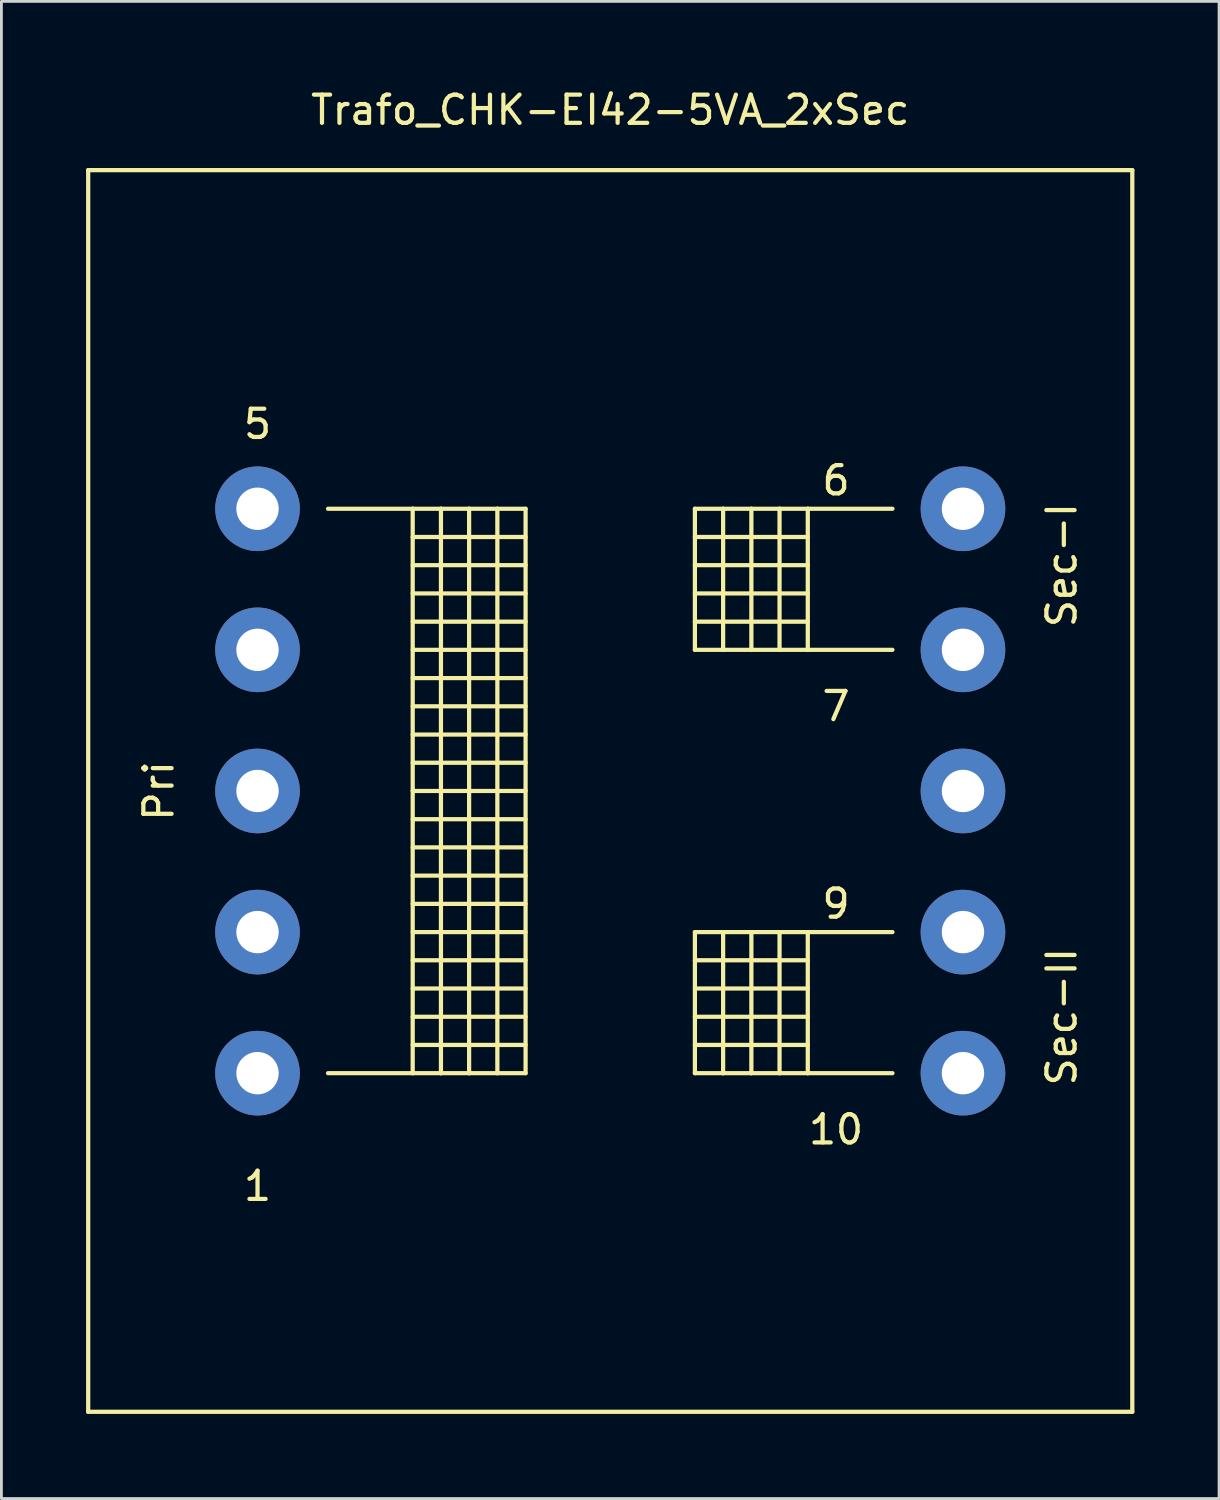
<source format=kicad_pcb>
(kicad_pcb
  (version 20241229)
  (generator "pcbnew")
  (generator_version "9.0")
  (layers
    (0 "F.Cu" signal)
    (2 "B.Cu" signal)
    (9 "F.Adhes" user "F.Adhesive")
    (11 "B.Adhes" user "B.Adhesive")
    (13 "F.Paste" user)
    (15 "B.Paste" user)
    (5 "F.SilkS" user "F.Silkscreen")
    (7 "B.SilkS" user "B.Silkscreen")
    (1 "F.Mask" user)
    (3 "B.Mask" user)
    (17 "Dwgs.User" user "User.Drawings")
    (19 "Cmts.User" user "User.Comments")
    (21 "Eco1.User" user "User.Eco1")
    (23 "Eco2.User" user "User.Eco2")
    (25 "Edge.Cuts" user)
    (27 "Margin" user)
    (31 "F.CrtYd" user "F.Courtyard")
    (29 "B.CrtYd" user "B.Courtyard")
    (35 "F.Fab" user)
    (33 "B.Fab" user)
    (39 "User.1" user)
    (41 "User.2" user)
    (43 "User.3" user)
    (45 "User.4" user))
  (footprint "Trafo_CHK-EI42-5VA_2xSec"
    (layer "F.Cu")
    (at 18.574 24.978)
    (property "Reference" "Trafo_CHK-EI42-5VA_2xSec" (at 0 -24.13 0) (layer "F.SilkS") (effects (font (size 1 1) (thickness 0.15))))
    (attr through_hole)
    (fp_line (start -18.499 -21.999) (end -18.499 21.999) (stroke (width 0.15) (type solid)) (layer "F.SilkS"))
    (fp_line (start -18.499 21.999) (end 18.499 21.999) (stroke (width 0.15) (type solid)) (layer "F.SilkS"))
    (fp_line (start -10 -10) (end -7 -10) (stroke (width 0.15) (type solid)) (layer "F.SilkS"))
    (fp_line (start -7 -10) (end -7 10) (stroke (width 0.15) (type solid)) (layer "F.SilkS"))
    (fp_line (start -7 -10) (end -5.999 -10) (stroke (width 0.15) (type solid)) (layer "F.SilkS"))
    (fp_line (start -7 -8.999) (end -3 -8.999) (stroke (width 0.15) (type solid)) (layer "F.SilkS"))
    (fp_line (start -7 -8.001) (end -3 -8.001) (stroke (width 0.15) (type solid)) (layer "F.SilkS"))
    (fp_line (start -7 -7) (end -3 -7) (stroke (width 0.15) (type solid)) (layer "F.SilkS"))
    (fp_line (start -7 -5.999) (end -3 -5.999) (stroke (width 0.15) (type solid)) (layer "F.SilkS"))
    (fp_line (start -7 -5.001) (end -3 -5.001) (stroke (width 0.15) (type solid)) (layer "F.SilkS"))
    (fp_line (start -7 -4) (end -3 -4) (stroke (width 0.15) (type solid)) (layer "F.SilkS"))
    (fp_line (start -7 -3) (end -3 -3) (stroke (width 0.15) (type solid)) (layer "F.SilkS"))
    (fp_line (start -7 -1.999) (end -3 -1.999) (stroke (width 0.15) (type solid)) (layer "F.SilkS"))
    (fp_line (start -7 -1.001) (end -3 -1.001) (stroke (width 0.15) (type solid)) (layer "F.SilkS"))
    (fp_line (start -7 0) (end -3 0) (stroke (width 0.15) (type solid)) (layer "F.SilkS"))
    (fp_line (start -7 1.001) (end -3 1.001) (stroke (width 0.15) (type solid)) (layer "F.SilkS"))
    (fp_line (start -7 1.999) (end -3 1.999) (stroke (width 0.15) (type solid)) (layer "F.SilkS"))
    (fp_line (start -7 3) (end -3 3) (stroke (width 0.15) (type solid)) (layer "F.SilkS"))
    (fp_line (start -7 4) (end -3 4) (stroke (width 0.15) (type solid)) (layer "F.SilkS"))
    (fp_line (start -7 5.001) (end -3 5.001) (stroke (width 0.15) (type solid)) (layer "F.SilkS"))
    (fp_line (start -7 5.999) (end -3 5.999) (stroke (width 0.15) (type solid)) (layer "F.SilkS"))
    (fp_line (start -7 7) (end -3 7) (stroke (width 0.15) (type solid)) (layer "F.SilkS"))
    (fp_line (start -7 8.001) (end -3 8.001) (stroke (width 0.15) (type solid)) (layer "F.SilkS"))
    (fp_line (start -7 8.999) (end -3 8.999) (stroke (width 0.15) (type solid)) (layer "F.SilkS"))
    (fp_line (start -7 10) (end -10 10) (stroke (width 0.15) (type solid)) (layer "F.SilkS"))
    (fp_line (start -5.999 -10) (end -5.999 10) (stroke (width 0.15) (type solid)) (layer "F.SilkS"))
    (fp_line (start -5.999 -10) (end -5.001 -10) (stroke (width 0.15) (type solid)) (layer "F.SilkS"))
    (fp_line (start -5.999 10) (end -7 10) (stroke (width 0.15) (type solid)) (layer "F.SilkS"))
    (fp_line (start -5.001 -10) (end -5.001 10) (stroke (width 0.15) (type solid)) (layer "F.SilkS"))
    (fp_line (start -5.001 -10) (end -4 -10) (stroke (width 0.15) (type solid)) (layer "F.SilkS"))
    (fp_line (start -5.001 10) (end -5.999 10) (stroke (width 0.15) (type solid)) (layer "F.SilkS"))
    (fp_line (start -4 -10) (end -4 10) (stroke (width 0.15) (type solid)) (layer "F.SilkS"))
    (fp_line (start -4 -10) (end -3 -10) (stroke (width 0.15) (type solid)) (layer "F.SilkS"))
    (fp_line (start -4 10) (end -5.001 10) (stroke (width 0.15) (type solid)) (layer "F.SilkS"))
    (fp_line (start -3 -10) (end -3 10) (stroke (width 0.15) (type solid)) (layer "F.SilkS"))
    (fp_line (start -3 10) (end -4 10) (stroke (width 0.15) (type solid)) (layer "F.SilkS"))
    (fp_line (start 3 -10) (end 3 -5.001) (stroke (width 0.15) (type solid)) (layer "F.SilkS"))
    (fp_line (start 3 -8.999) (end 7 -8.999) (stroke (width 0.15) (type solid)) (layer "F.SilkS"))
    (fp_line (start 3 -7) (end 7 -7) (stroke (width 0.15) (type solid)) (layer "F.SilkS"))
    (fp_line (start 3 -5.001) (end 4 -5.001) (stroke (width 0.15) (type solid)) (layer "F.SilkS"))
    (fp_line (start 3 5.001) (end 3 10) (stroke (width 0.15) (type solid)) (layer "F.SilkS"))
    (fp_line (start 3 5.999) (end 7 5.999) (stroke (width 0.15) (type solid)) (layer "F.SilkS"))
    (fp_line (start 3 7) (end 7 7) (stroke (width 0.15) (type solid)) (layer "F.SilkS"))
    (fp_line (start 3 8.001) (end 7 8.001) (stroke (width 0.15) (type solid)) (layer "F.SilkS"))
    (fp_line (start 3 8.999) (end 7 8.999) (stroke (width 0.15) (type solid)) (layer "F.SilkS"))
    (fp_line (start 3 10) (end 4 10) (stroke (width 0.15) (type solid)) (layer "F.SilkS"))
    (fp_line (start 4 -10) (end 3 -10) (stroke (width 0.15) (type solid)) (layer "F.SilkS"))
    (fp_line (start 4 -10) (end 4 -5.001) (stroke (width 0.15) (type solid)) (layer "F.SilkS"))
    (fp_line (start 4 -5.001) (end 5.001 -5.001) (stroke (width 0.15) (type solid)) (layer "F.SilkS"))
    (fp_line (start 4 5.001) (end 3 5.001) (stroke (width 0.15) (type solid)) (layer "F.SilkS"))
    (fp_line (start 4 5.001) (end 4 10) (stroke (width 0.15) (type solid)) (layer "F.SilkS"))
    (fp_line (start 4 10) (end 5.001 10) (stroke (width 0.15) (type solid)) (layer "F.SilkS"))
    (fp_line (start 5.001 -10) (end 4 -10) (stroke (width 0.15) (type solid)) (layer "F.SilkS"))
    (fp_line (start 5.001 -10) (end 5.001 -5.001) (stroke (width 0.15) (type solid)) (layer "F.SilkS"))
    (fp_line (start 5.001 -5.001) (end 5.999 -5.001) (stroke (width 0.15) (type solid)) (layer "F.SilkS"))
    (fp_line (start 5.001 5.001) (end 4 5.001) (stroke (width 0.15) (type solid)) (layer "F.SilkS"))
    (fp_line (start 5.001 5.001) (end 5.001 10) (stroke (width 0.15) (type solid)) (layer "F.SilkS"))
    (fp_line (start 5.001 10) (end 5.999 10) (stroke (width 0.15) (type solid)) (layer "F.SilkS"))
    (fp_line (start 5.999 -10) (end 5.001 -10) (stroke (width 0.15) (type solid)) (layer "F.SilkS"))
    (fp_line (start 5.999 -10) (end 5.999 -5.001) (stroke (width 0.15) (type solid)) (layer "F.SilkS"))
    (fp_line (start 5.999 -5.001) (end 7 -5.001) (stroke (width 0.15) (type solid)) (layer "F.SilkS"))
    (fp_line (start 5.999 5.001) (end 5.001 5.001) (stroke (width 0.15) (type solid)) (layer "F.SilkS"))
    (fp_line (start 5.999 5.001) (end 5.999 10) (stroke (width 0.15) (type solid)) (layer "F.SilkS"))
    (fp_line (start 5.999 10) (end 7 10) (stroke (width 0.15) (type solid)) (layer "F.SilkS"))
    (fp_line (start 7 -10) (end 5.999 -10) (stroke (width 0.15) (type solid)) (layer "F.SilkS"))
    (fp_line (start 7 -10) (end 7 -5.001) (stroke (width 0.15) (type solid)) (layer "F.SilkS"))
    (fp_line (start 7 -8.001) (end 3 -8.001) (stroke (width 0.15) (type solid)) (layer "F.SilkS"))
    (fp_line (start 7 -5.999) (end 3 -5.999) (stroke (width 0.15) (type solid)) (layer "F.SilkS"))
    (fp_line (start 7 -5.001) (end 10 -5.001) (stroke (width 0.15) (type solid)) (layer "F.SilkS"))
    (fp_line (start 7 5.001) (end 5.999 5.001) (stroke (width 0.15) (type solid)) (layer "F.SilkS"))
    (fp_line (start 7 5.001) (end 7 10) (stroke (width 0.15) (type solid)) (layer "F.SilkS"))
    (fp_line (start 7 10) (end 10 10) (stroke (width 0.15) (type solid)) (layer "F.SilkS"))
    (fp_line (start 10 -10) (end 7 -10) (stroke (width 0.15) (type solid)) (layer "F.SilkS"))
    (fp_line (start 10 5.001) (end 7 5.001) (stroke (width 0.15) (type solid)) (layer "F.SilkS"))
    (fp_line (start 18.499 -21.999) (end -18.499 -21.999) (stroke (width 0.15) (type solid)) (layer "F.SilkS"))
    (fp_line (start 18.499 21.999) (end 18.499 -21.999) (stroke (width 0.15) (type solid)) (layer "F.SilkS"))
    (fp_text user "Sec-II" (at 15.999 8.001 90) (layer "F.SilkS") (effects (font (size 1 1) (thickness 0.15))))
    (fp_text user "Sec-I" (at 15.999 -8.001 90) (layer "F.SilkS") (effects (font (size 1 1) (thickness 0.15))))
    (fp_text user "9" (at 8.001 4 0) (layer "F.SilkS") (effects (font (size 1 1) (thickness 0.15))))
    (fp_text user "5" (at -12.499 -13 0) (layer "F.SilkS") (effects (font (size 1 1) (thickness 0.15))))
    (fp_text user "6" (at 8.001 -11.001 0) (layer "F.SilkS") (effects (font (size 1 1) (thickness 0.15))))
    (fp_text user "7" (at 8.001 -3 0) (layer "F.SilkS") (effects (font (size 1 1) (thickness 0.15))))
    (fp_text user "Pri" (at -15.999 0 90) (layer "F.SilkS") (effects (font (size 1 1) (thickness 0.15))))
    (fp_text user "1" (at -12.499 14 0) (layer "F.SilkS") (effects (font (size 1 1) (thickness 0.15))))
    (fp_text user "10" (at 8.001 11.999 0) (layer "F.SilkS") (effects (font (size 1 1) (thickness 0.15))))
    (pad "1" thru_hole circle (at -12.499 10) (size 3 3) (drill 1.501) (layers "*.Cu" "*.Mask"))
    (pad "2" thru_hole circle (at -12.499 5.001) (size 3 3) (drill 1.501) (layers "*.Cu" "*.Mask"))
    (pad "3" thru_hole circle (at -12.499 0) (size 3 3) (drill 1.501) (layers "*.Cu" "*.Mask"))
    (pad "4" thru_hole circle (at -12.499 -5.001) (size 3 3) (drill 1.501) (layers "*.Cu" "*.Mask"))
    (pad "5" thru_hole circle (at -12.499 -10) (size 3 3) (drill 1.501) (layers "*.Cu" "*.Mask"))
    (pad "6" thru_hole circle (at 12.499 -10) (size 3 3) (drill 1.501) (layers "*.Cu" "*.Mask"))
    (pad "7" thru_hole circle (at 12.499 -5.001) (size 3 3) (drill 1.501) (layers "*.Cu" "*.Mask"))
    (pad "8" thru_hole circle (at 12.499 0) (size 3 3) (drill 1.501) (layers "*.Cu" "*.Mask"))
    (pad "9" thru_hole circle (at 12.499 5.001) (size 3 3) (drill 1.501) (layers "*.Cu" "*.Mask"))
    (pad "10" thru_hole circle (at 12.499 10) (size 3 3) (drill 1.501) (layers "*.Cu" "*.Mask")))
  (gr_rect
    (start -3 -3)
    (end 40.148 50.052)
    (stroke (width 0.1) (type default))
    (fill no)
    (layer "Edge.Cuts")))
</source>
